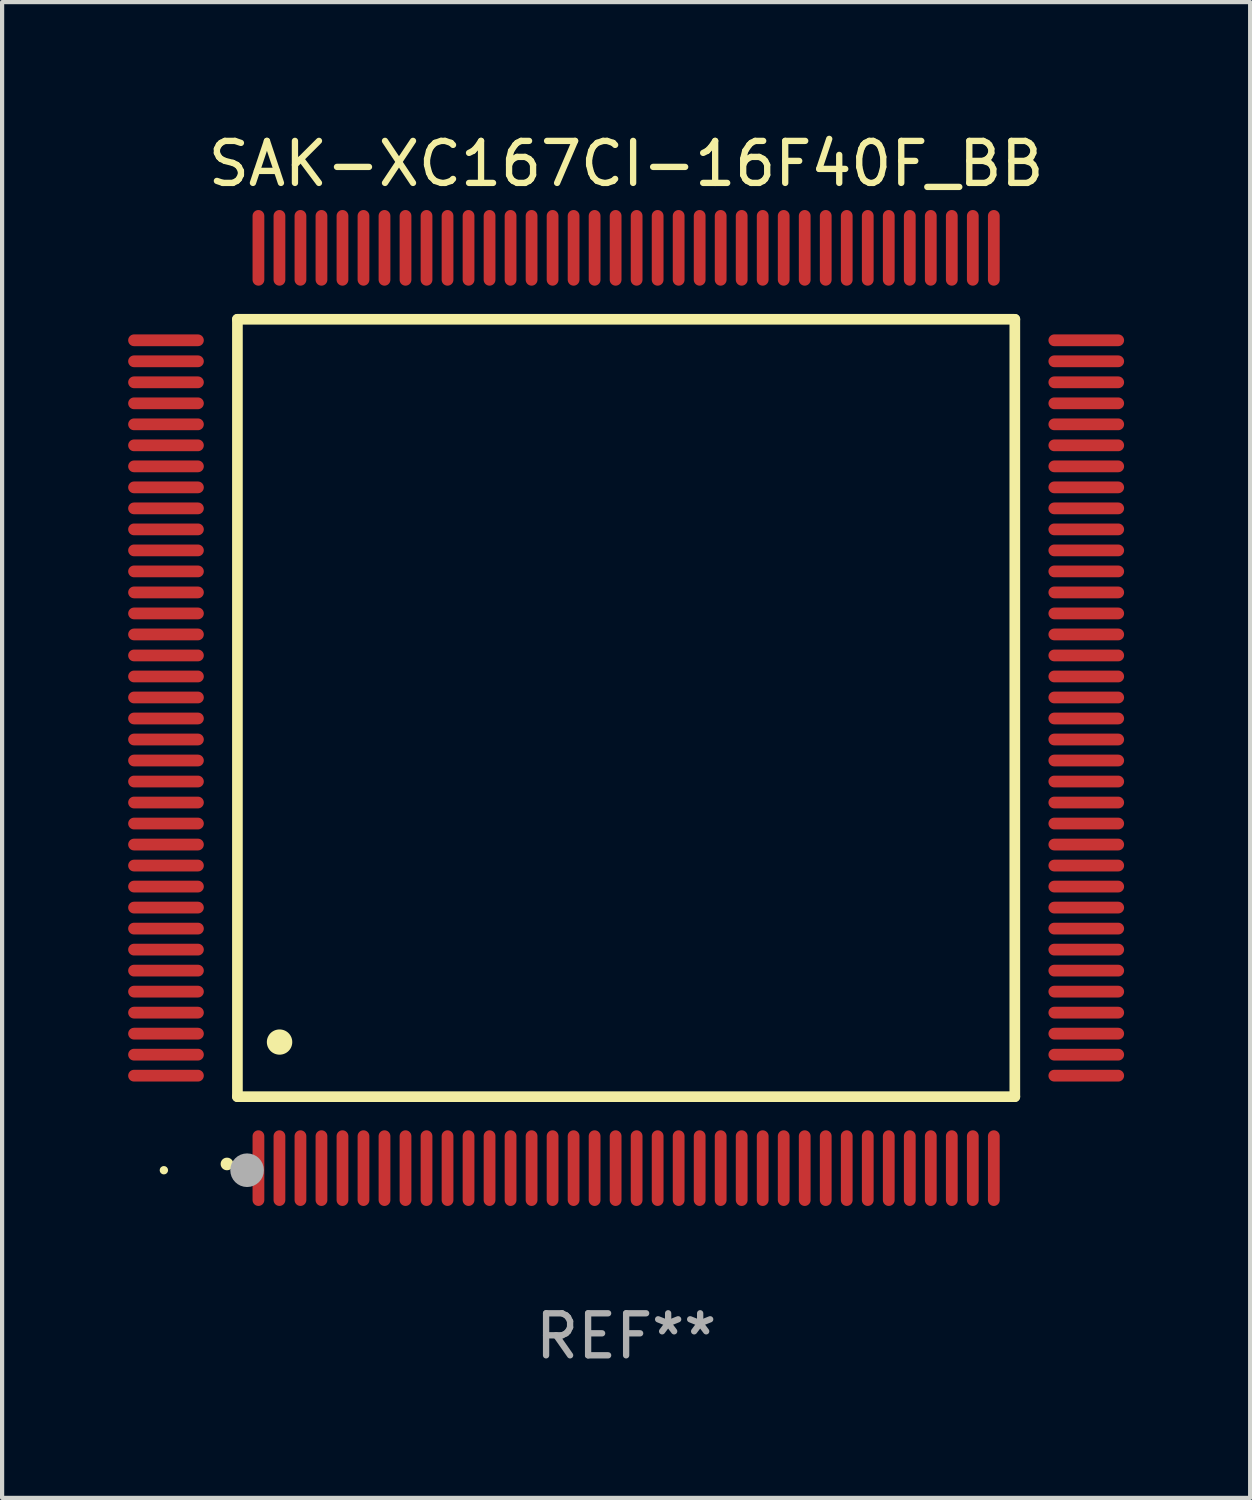
<source format=kicad_pcb>
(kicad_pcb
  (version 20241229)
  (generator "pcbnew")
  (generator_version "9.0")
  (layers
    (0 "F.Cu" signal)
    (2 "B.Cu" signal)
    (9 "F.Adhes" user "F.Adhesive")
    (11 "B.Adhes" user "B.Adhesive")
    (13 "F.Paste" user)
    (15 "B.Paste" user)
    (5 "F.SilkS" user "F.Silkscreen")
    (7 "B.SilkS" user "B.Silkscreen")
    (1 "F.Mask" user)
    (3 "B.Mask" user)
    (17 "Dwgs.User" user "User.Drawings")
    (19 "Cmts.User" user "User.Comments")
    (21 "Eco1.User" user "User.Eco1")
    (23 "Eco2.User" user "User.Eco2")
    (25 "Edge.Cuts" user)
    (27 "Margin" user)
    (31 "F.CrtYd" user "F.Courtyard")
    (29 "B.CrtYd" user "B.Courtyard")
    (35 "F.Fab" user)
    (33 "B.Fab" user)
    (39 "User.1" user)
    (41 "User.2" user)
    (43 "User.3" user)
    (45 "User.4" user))
  (footprint "SAK-XC167CI-16F40F_BB"
    (layer "F.Cu")
    (at 11.85 13.798)
    (property "Reference" "SAK-XC167CI-16F40F_BB" (at 0 -12.95 0) (layer "F.SilkS") (effects (font (size 1 1) (thickness 0.15))))
    (attr through_hole)
    (fp_line (start -9.25 -9.25) (end -9.25 9.25) (stroke (width 0.254) (type solid)) (layer "F.SilkS"))
    (fp_line (start -9.25 9.25) (end 9.25 9.25) (stroke (width 0.254) (type solid)) (layer "F.SilkS"))
    (fp_line (start 9.25 -9.25) (end -9.25 -9.25) (stroke (width 0.254) (type solid)) (layer "F.SilkS"))
    (fp_line (start 9.25 9.25) (end 9.25 -9.25) (stroke (width 0.254) (type solid)) (layer "F.SilkS"))
    (fp_arc (start -9.499619 10.850902) (mid -9.498349 10.850897) (end -9.497079 10.850902) (stroke (width 0.3) (type solid)) (layer "F.SilkS"))
    (fp_arc (start -8.249936 7.950216) (mid -8.247396 7.950205) (end -8.244856 7.950216) (stroke (width 0.6) (type solid)) (layer "F.SilkS"))
    (fp_circle (center -11 11) (end -10.95 11) (stroke (width 0.1) (type solid)) (fill no) (layer "F.SilkS"))
    (fp_circle (center -9.02 11) (end -8.82 11) (stroke (width 0.4) (type solid)) (fill no) (layer "F.Fab"))
    (fp_text user "REF**" (at 0 14.95 0) (layer "F.Fab") (effects (font (size 1 1) (thickness 0.15))))
    (pad "1" smd oval (at -8.75 10.95) (size 0.28 1.8) (layers "F.Cu" "F.Mask" "F.Paste"))
    (pad "2" smd oval (at -8.25 10.95) (size 0.28 1.8) (layers "F.Cu" "F.Mask" "F.Paste"))
    (pad "3" smd oval (at -7.75 10.95) (size 0.28 1.8) (layers "F.Cu" "F.Mask" "F.Paste"))
    (pad "4" smd oval (at -7.25 10.95) (size 0.28 1.8) (layers "F.Cu" "F.Mask" "F.Paste"))
    (pad "5" smd oval (at -6.75 10.95) (size 0.28 1.8) (layers "F.Cu" "F.Mask" "F.Paste"))
    (pad "6" smd oval (at -6.25 10.95) (size 0.28 1.8) (layers "F.Cu" "F.Mask" "F.Paste"))
    (pad "7" smd oval (at -5.75 10.95) (size 0.28 1.8) (layers "F.Cu" "F.Mask" "F.Paste"))
    (pad "8" smd oval (at -5.25 10.95) (size 0.28 1.8) (layers "F.Cu" "F.Mask" "F.Paste"))
    (pad "9" smd oval (at -4.75 10.95) (size 0.28 1.8) (layers "F.Cu" "F.Mask" "F.Paste"))
    (pad "10" smd oval (at -4.25 10.95) (size 0.28 1.8) (layers "F.Cu" "F.Mask" "F.Paste"))
    (pad "11" smd oval (at -3.75 10.95) (size 0.28 1.8) (layers "F.Cu" "F.Mask" "F.Paste"))
    (pad "12" smd oval (at -3.25 10.95) (size 0.28 1.8) (layers "F.Cu" "F.Mask" "F.Paste"))
    (pad "13" smd oval (at -2.75 10.95) (size 0.28 1.8) (layers "F.Cu" "F.Mask" "F.Paste"))
    (pad "14" smd oval (at -2.25 10.95) (size 0.28 1.8) (layers "F.Cu" "F.Mask" "F.Paste"))
    (pad "15" smd oval (at -1.75 10.95) (size 0.28 1.8) (layers "F.Cu" "F.Mask" "F.Paste"))
    (pad "16" smd oval (at -1.25 10.95) (size 0.28 1.8) (layers "F.Cu" "F.Mask" "F.Paste"))
    (pad "17" smd oval (at -0.75 10.95) (size 0.28 1.8) (layers "F.Cu" "F.Mask" "F.Paste"))
    (pad "18" smd oval (at -0.25 10.95) (size 0.28 1.8) (layers "F.Cu" "F.Mask" "F.Paste"))
    (pad "19" smd oval (at 0.25 10.95) (size 0.28 1.8) (layers "F.Cu" "F.Mask" "F.Paste"))
    (pad "20" smd oval (at 0.75 10.95) (size 0.28 1.8) (layers "F.Cu" "F.Mask" "F.Paste"))
    (pad "21" smd oval (at 1.25 10.95) (size 0.28 1.8) (layers "F.Cu" "F.Mask" "F.Paste"))
    (pad "22" smd oval (at 1.75 10.95) (size 0.28 1.8) (layers "F.Cu" "F.Mask" "F.Paste"))
    (pad "23" smd oval (at 2.25 10.95) (size 0.28 1.8) (layers "F.Cu" "F.Mask" "F.Paste"))
    (pad "24" smd oval (at 2.75 10.95) (size 0.28 1.8) (layers "F.Cu" "F.Mask" "F.Paste"))
    (pad "25" smd oval (at 3.25 10.95) (size 0.28 1.8) (layers "F.Cu" "F.Mask" "F.Paste"))
    (pad "26" smd oval (at 3.75 10.95) (size 0.28 1.8) (layers "F.Cu" "F.Mask" "F.Paste"))
    (pad "27" smd oval (at 4.25 10.95) (size 0.28 1.8) (layers "F.Cu" "F.Mask" "F.Paste"))
    (pad "28" smd oval (at 4.75 10.95) (size 0.28 1.8) (layers "F.Cu" "F.Mask" "F.Paste"))
    (pad "29" smd oval (at 5.25 10.95) (size 0.28 1.8) (layers "F.Cu" "F.Mask" "F.Paste"))
    (pad "30" smd oval (at 5.75 10.95) (size 0.28 1.8) (layers "F.Cu" "F.Mask" "F.Paste"))
    (pad "31" smd oval (at 6.25 10.95) (size 0.28 1.8) (layers "F.Cu" "F.Mask" "F.Paste"))
    (pad "32" smd oval (at 6.75 10.95) (size 0.28 1.8) (layers "F.Cu" "F.Mask" "F.Paste"))
    (pad "33" smd oval (at 7.25 10.95) (size 0.28 1.8) (layers "F.Cu" "F.Mask" "F.Paste"))
    (pad "34" smd oval (at 7.75 10.95) (size 0.28 1.8) (layers "F.Cu" "F.Mask" "F.Paste"))
    (pad "35" smd oval (at 8.25 10.95) (size 0.28 1.8) (layers "F.Cu" "F.Mask" "F.Paste"))
    (pad "36" smd oval (at 8.75 10.95) (size 0.28 1.8) (layers "F.Cu" "F.Mask" "F.Paste"))
    (pad "37" smd oval (at 10.95 8.75) (size 1.8 0.28) (layers "F.Cu" "F.Mask" "F.Paste"))
    (pad "38" smd oval (at 10.95 8.25) (size 1.8 0.28) (layers "F.Cu" "F.Mask" "F.Paste"))
    (pad "39" smd oval (at 10.95 7.75) (size 1.8 0.28) (layers "F.Cu" "F.Mask" "F.Paste"))
    (pad "40" smd oval (at 10.95 7.25) (size 1.8 0.28) (layers "F.Cu" "F.Mask" "F.Paste"))
    (pad "41" smd oval (at 10.95 6.75) (size 1.8 0.28) (layers "F.Cu" "F.Mask" "F.Paste"))
    (pad "42" smd oval (at 10.95 6.25) (size 1.8 0.28) (layers "F.Cu" "F.Mask" "F.Paste"))
    (pad "43" smd oval (at 10.95 5.75) (size 1.8 0.28) (layers "F.Cu" "F.Mask" "F.Paste"))
    (pad "44" smd oval (at 10.95 5.25) (size 1.8 0.28) (layers "F.Cu" "F.Mask" "F.Paste"))
    (pad "45" smd oval (at 10.95 4.75) (size 1.8 0.28) (layers "F.Cu" "F.Mask" "F.Paste"))
    (pad "46" smd oval (at 10.95 4.25) (size 1.8 0.28) (layers "F.Cu" "F.Mask" "F.Paste"))
    (pad "47" smd oval (at 10.95 3.75) (size 1.8 0.28) (layers "F.Cu" "F.Mask" "F.Paste"))
    (pad "48" smd oval (at 10.95 3.25) (size 1.8 0.28) (layers "F.Cu" "F.Mask" "F.Paste"))
    (pad "49" smd oval (at 10.95 2.75) (size 1.8 0.28) (layers "F.Cu" "F.Mask" "F.Paste"))
    (pad "50" smd oval (at 10.95 2.25) (size 1.8 0.28) (layers "F.Cu" "F.Mask" "F.Paste"))
    (pad "51" smd oval (at 10.95 1.75) (size 1.8 0.28) (layers "F.Cu" "F.Mask" "F.Paste"))
    (pad "52" smd oval (at 10.95 1.25) (size 1.8 0.28) (layers "F.Cu" "F.Mask" "F.Paste"))
    (pad "53" smd oval (at 10.95 0.75) (size 1.8 0.28) (layers "F.Cu" "F.Mask" "F.Paste"))
    (pad "54" smd oval (at 10.95 0.25) (size 1.8 0.28) (layers "F.Cu" "F.Mask" "F.Paste"))
    (pad "55" smd oval (at 10.95 -0.25) (size 1.8 0.28) (layers "F.Cu" "F.Mask" "F.Paste"))
    (pad "56" smd oval (at 10.95 -0.75) (size 1.8 0.28) (layers "F.Cu" "F.Mask" "F.Paste"))
    (pad "57" smd oval (at 10.95 -1.25) (size 1.8 0.28) (layers "F.Cu" "F.Mask" "F.Paste"))
    (pad "58" smd oval (at 10.95 -1.75) (size 1.8 0.28) (layers "F.Cu" "F.Mask" "F.Paste"))
    (pad "59" smd oval (at 10.95 -2.25) (size 1.8 0.28) (layers "F.Cu" "F.Mask" "F.Paste"))
    (pad "60" smd oval (at 10.95 -2.75) (size 1.8 0.28) (layers "F.Cu" "F.Mask" "F.Paste"))
    (pad "61" smd oval (at 10.95 -3.25) (size 1.8 0.28) (layers "F.Cu" "F.Mask" "F.Paste"))
    (pad "62" smd oval (at 10.95 -3.75) (size 1.8 0.28) (layers "F.Cu" "F.Mask" "F.Paste"))
    (pad "63" smd oval (at 10.95 -4.25) (size 1.8 0.28) (layers "F.Cu" "F.Mask" "F.Paste"))
    (pad "64" smd oval (at 10.95 -4.75) (size 1.8 0.28) (layers "F.Cu" "F.Mask" "F.Paste"))
    (pad "65" smd oval (at 10.95 -5.25) (size 1.8 0.28) (layers "F.Cu" "F.Mask" "F.Paste"))
    (pad "66" smd oval (at 10.95 -5.75) (size 1.8 0.28) (layers "F.Cu" "F.Mask" "F.Paste"))
    (pad "67" smd oval (at 10.95 -6.25) (size 1.8 0.28) (layers "F.Cu" "F.Mask" "F.Paste"))
    (pad "68" smd oval (at 10.95 -6.75) (size 1.8 0.28) (layers "F.Cu" "F.Mask" "F.Paste"))
    (pad "69" smd oval (at 10.95 -7.25) (size 1.8 0.28) (layers "F.Cu" "F.Mask" "F.Paste"))
    (pad "70" smd oval (at 10.95 -7.75) (size 1.8 0.28) (layers "F.Cu" "F.Mask" "F.Paste"))
    (pad "71" smd oval (at 10.95 -8.25) (size 1.8 0.28) (layers "F.Cu" "F.Mask" "F.Paste"))
    (pad "72" smd oval (at 10.95 -8.75) (size 1.8 0.28) (layers "F.Cu" "F.Mask" "F.Paste"))
    (pad "73" smd oval (at 8.75 -10.95) (size 0.28 1.8) (layers "F.Cu" "F.Mask" "F.Paste"))
    (pad "74" smd oval (at 8.25 -10.95) (size 0.28 1.8) (layers "F.Cu" "F.Mask" "F.Paste"))
    (pad "75" smd oval (at 7.75 -10.95) (size 0.28 1.8) (layers "F.Cu" "F.Mask" "F.Paste"))
    (pad "76" smd oval (at 7.25 -10.95) (size 0.28 1.8) (layers "F.Cu" "F.Mask" "F.Paste"))
    (pad "77" smd oval (at 6.75 -10.95) (size 0.28 1.8) (layers "F.Cu" "F.Mask" "F.Paste"))
    (pad "78" smd oval (at 6.25 -10.95) (size 0.28 1.8) (layers "F.Cu" "F.Mask" "F.Paste"))
    (pad "79" smd oval (at 5.75 -10.95) (size 0.28 1.8) (layers "F.Cu" "F.Mask" "F.Paste"))
    (pad "80" smd oval (at 5.25 -10.95) (size 0.28 1.8) (layers "F.Cu" "F.Mask" "F.Paste"))
    (pad "81" smd oval (at 4.75 -10.95) (size 0.28 1.8) (layers "F.Cu" "F.Mask" "F.Paste"))
    (pad "82" smd oval (at 4.25 -10.95) (size 0.28 1.8) (layers "F.Cu" "F.Mask" "F.Paste"))
    (pad "83" smd oval (at 3.75 -10.95) (size 0.28 1.8) (layers "F.Cu" "F.Mask" "F.Paste"))
    (pad "84" smd oval (at 3.25 -10.95) (size 0.28 1.8) (layers "F.Cu" "F.Mask" "F.Paste"))
    (pad "85" smd oval (at 2.75 -10.95) (size 0.28 1.8) (layers "F.Cu" "F.Mask" "F.Paste"))
    (pad "86" smd oval (at 2.25 -10.95) (size 0.28 1.8) (layers "F.Cu" "F.Mask" "F.Paste"))
    (pad "87" smd oval (at 1.75 -10.95) (size 0.28 1.8) (layers "F.Cu" "F.Mask" "F.Paste"))
    (pad "88" smd oval (at 1.25 -10.95) (size 0.28 1.8) (layers "F.Cu" "F.Mask" "F.Paste"))
    (pad "89" smd oval (at 0.75 -10.95) (size 0.28 1.8) (layers "F.Cu" "F.Mask" "F.Paste"))
    (pad "90" smd oval (at 0.25 -10.95) (size 0.28 1.8) (layers "F.Cu" "F.Mask" "F.Paste"))
    (pad "91" smd oval (at -0.25 -10.95) (size 0.28 1.8) (layers "F.Cu" "F.Mask" "F.Paste"))
    (pad "92" smd oval (at -0.75 -10.95) (size 0.28 1.8) (layers "F.Cu" "F.Mask" "F.Paste"))
    (pad "93" smd oval (at -1.25 -10.95) (size 0.28 1.8) (layers "F.Cu" "F.Mask" "F.Paste"))
    (pad "94" smd oval (at -1.75 -10.95) (size 0.28 1.8) (layers "F.Cu" "F.Mask" "F.Paste"))
    (pad "95" smd oval (at -2.25 -10.95) (size 0.28 1.8) (layers "F.Cu" "F.Mask" "F.Paste"))
    (pad "96" smd oval (at -2.75 -10.95) (size 0.28 1.8) (layers "F.Cu" "F.Mask" "F.Paste"))
    (pad "97" smd oval (at -3.25 -10.95) (size 0.28 1.8) (layers "F.Cu" "F.Mask" "F.Paste"))
    (pad "98" smd oval (at -3.75 -10.95) (size 0.28 1.8) (layers "F.Cu" "F.Mask" "F.Paste"))
    (pad "99" smd oval (at -4.25 -10.95) (size 0.28 1.8) (layers "F.Cu" "F.Mask" "F.Paste"))
    (pad "100" smd oval (at -4.75 -10.95) (size 0.28 1.8) (layers "F.Cu" "F.Mask" "F.Paste"))
    (pad "101" smd oval (at -5.25 -10.95) (size 0.28 1.8) (layers "F.Cu" "F.Mask" "F.Paste"))
    (pad "102" smd oval (at -5.75 -10.95) (size 0.28 1.8) (layers "F.Cu" "F.Mask" "F.Paste"))
    (pad "103" smd oval (at -6.25 -10.95) (size 0.28 1.8) (layers "F.Cu" "F.Mask" "F.Paste"))
    (pad "104" smd oval (at -6.75 -10.95) (size 0.28 1.8) (layers "F.Cu" "F.Mask" "F.Paste"))
    (pad "105" smd oval (at -7.25 -10.95) (size 0.28 1.8) (layers "F.Cu" "F.Mask" "F.Paste"))
    (pad "106" smd oval (at -7.75 -10.95) (size 0.28 1.8) (layers "F.Cu" "F.Mask" "F.Paste"))
    (pad "107" smd oval (at -8.25 -10.95) (size 0.28 1.8) (layers "F.Cu" "F.Mask" "F.Paste"))
    (pad "108" smd oval (at -8.75 -10.95) (size 0.28 1.8) (layers "F.Cu" "F.Mask" "F.Paste"))
    (pad "109" smd oval (at -10.95 -8.75) (size 1.8 0.28) (layers "F.Cu" "F.Mask" "F.Paste"))
    (pad "110" smd oval (at -10.95 -8.25) (size 1.8 0.28) (layers "F.Cu" "F.Mask" "F.Paste"))
    (pad "111" smd oval (at -10.95 -7.75) (size 1.8 0.28) (layers "F.Cu" "F.Mask" "F.Paste"))
    (pad "112" smd oval (at -10.95 -7.25) (size 1.8 0.28) (layers "F.Cu" "F.Mask" "F.Paste"))
    (pad "113" smd oval (at -10.95 -6.75) (size 1.8 0.28) (layers "F.Cu" "F.Mask" "F.Paste"))
    (pad "114" smd oval (at -10.95 -6.25) (size 1.8 0.28) (layers "F.Cu" "F.Mask" "F.Paste"))
    (pad "115" smd oval (at -10.95 -5.75) (size 1.8 0.28) (layers "F.Cu" "F.Mask" "F.Paste"))
    (pad "116" smd oval (at -10.95 -5.25) (size 1.8 0.28) (layers "F.Cu" "F.Mask" "F.Paste"))
    (pad "117" smd oval (at -10.95 -4.75) (size 1.8 0.28) (layers "F.Cu" "F.Mask" "F.Paste"))
    (pad "118" smd oval (at -10.95 -4.25) (size 1.8 0.28) (layers "F.Cu" "F.Mask" "F.Paste"))
    (pad "119" smd oval (at -10.95 -3.75) (size 1.8 0.28) (layers "F.Cu" "F.Mask" "F.Paste"))
    (pad "120" smd oval (at -10.95 -3.25) (size 1.8 0.28) (layers "F.Cu" "F.Mask" "F.Paste"))
    (pad "121" smd oval (at -10.95 -2.75) (size 1.8 0.28) (layers "F.Cu" "F.Mask" "F.Paste"))
    (pad "122" smd oval (at -10.95 -2.25) (size 1.8 0.28) (layers "F.Cu" "F.Mask" "F.Paste"))
    (pad "123" smd oval (at -10.95 -1.75) (size 1.8 0.28) (layers "F.Cu" "F.Mask" "F.Paste"))
    (pad "124" smd oval (at -10.95 -1.25) (size 1.8 0.28) (layers "F.Cu" "F.Mask" "F.Paste"))
    (pad "125" smd oval (at -10.95 -0.75) (size 1.8 0.28) (layers "F.Cu" "F.Mask" "F.Paste"))
    (pad "126" smd oval (at -10.95 -0.25) (size 1.8 0.28) (layers "F.Cu" "F.Mask" "F.Paste"))
    (pad "127" smd oval (at -10.95 0.25) (size 1.8 0.28) (layers "F.Cu" "F.Mask" "F.Paste"))
    (pad "128" smd oval (at -10.95 0.75) (size 1.8 0.28) (layers "F.Cu" "F.Mask" "F.Paste"))
    (pad "129" smd oval (at -10.95 1.25) (size 1.8 0.28) (layers "F.Cu" "F.Mask" "F.Paste"))
    (pad "130" smd oval (at -10.95 1.75) (size 1.8 0.28) (layers "F.Cu" "F.Mask" "F.Paste"))
    (pad "131" smd oval (at -10.95 2.25) (size 1.8 0.28) (layers "F.Cu" "F.Mask" "F.Paste"))
    (pad "132" smd oval (at -10.95 2.75) (size 1.8 0.28) (layers "F.Cu" "F.Mask" "F.Paste"))
    (pad "133" smd oval (at -10.95 3.25) (size 1.8 0.28) (layers "F.Cu" "F.Mask" "F.Paste"))
    (pad "134" smd oval (at -10.95 3.75) (size 1.8 0.28) (layers "F.Cu" "F.Mask" "F.Paste"))
    (pad "135" smd oval (at -10.95 4.25) (size 1.8 0.28) (layers "F.Cu" "F.Mask" "F.Paste"))
    (pad "136" smd oval (at -10.95 4.75) (size 1.8 0.28) (layers "F.Cu" "F.Mask" "F.Paste"))
    (pad "137" smd oval (at -10.95 5.25) (size 1.8 0.28) (layers "F.Cu" "F.Mask" "F.Paste"))
    (pad "138" smd oval (at -10.95 5.75) (size 1.8 0.28) (layers "F.Cu" "F.Mask" "F.Paste"))
    (pad "139" smd oval (at -10.95 6.25) (size 1.8 0.28) (layers "F.Cu" "F.Mask" "F.Paste"))
    (pad "140" smd oval (at -10.95 6.75) (size 1.8 0.28) (layers "F.Cu" "F.Mask" "F.Paste"))
    (pad "141" smd oval (at -10.95 7.25) (size 1.8 0.28) (layers "F.Cu" "F.Mask" "F.Paste"))
    (pad "142" smd oval (at -10.95 7.75) (size 1.8 0.28) (layers "F.Cu" "F.Mask" "F.Paste"))
    (pad "143" smd oval (at -10.95 8.25) (size 1.8 0.28) (layers "F.Cu" "F.Mask" "F.Paste"))
    (pad "144" smd oval (at -10.95 8.75) (size 1.8 0.28) (layers "F.Cu" "F.Mask" "F.Paste")))
  (gr_rect
    (start -3 -3)
    (end 26.7 32.596)
    (stroke (width 0.1) (type default))
    (fill no)
    (layer "Edge.Cuts")))
</source>
